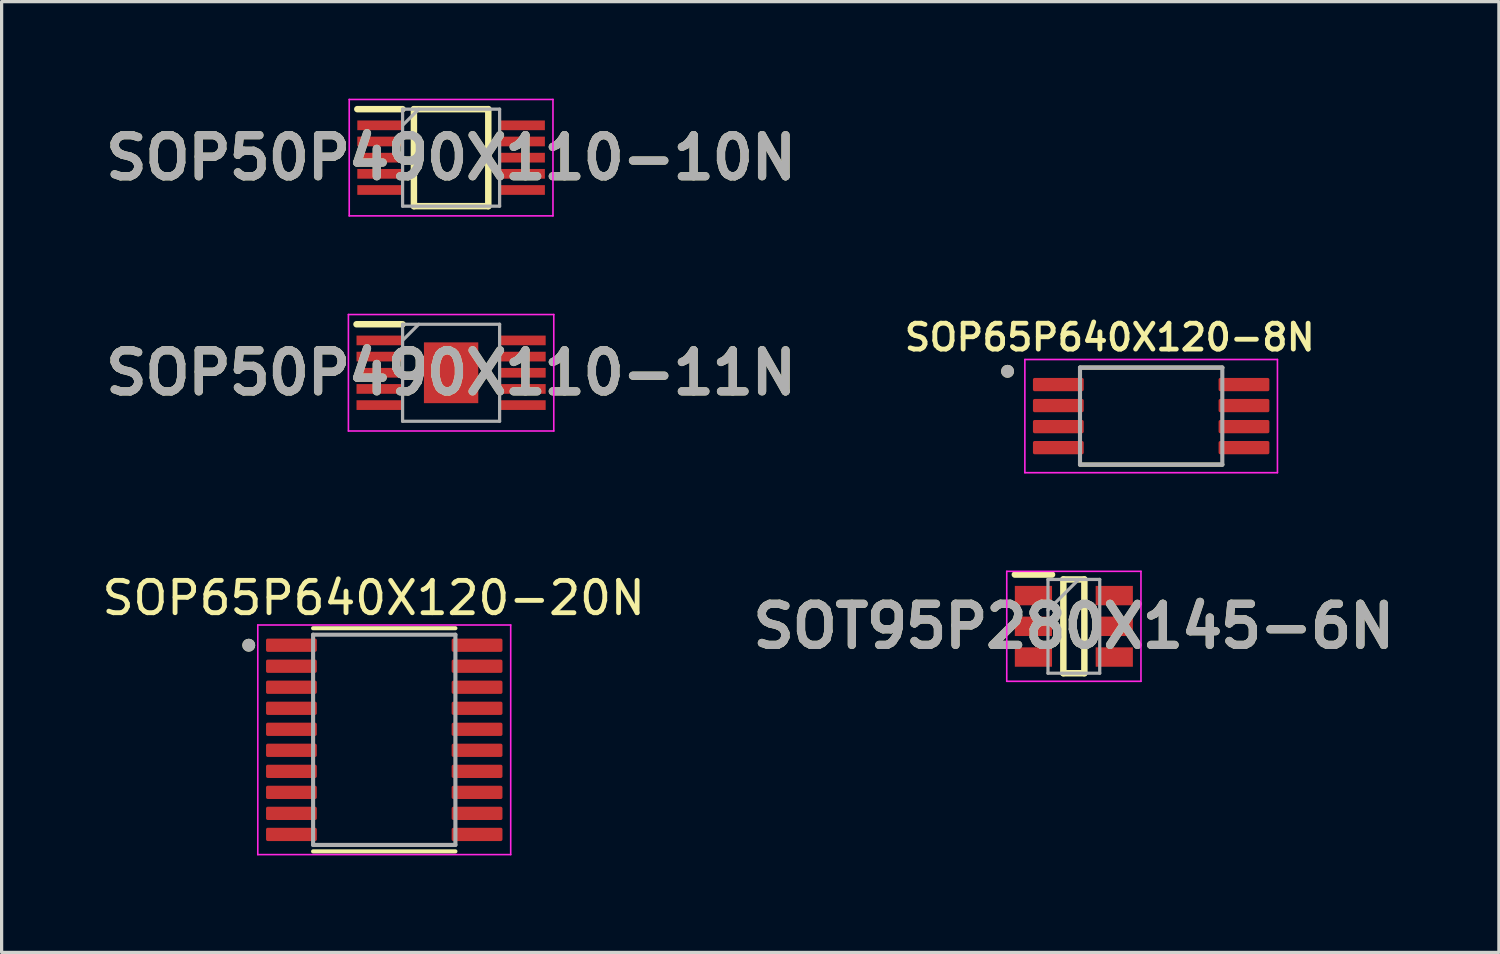
<source format=kicad_pcb>
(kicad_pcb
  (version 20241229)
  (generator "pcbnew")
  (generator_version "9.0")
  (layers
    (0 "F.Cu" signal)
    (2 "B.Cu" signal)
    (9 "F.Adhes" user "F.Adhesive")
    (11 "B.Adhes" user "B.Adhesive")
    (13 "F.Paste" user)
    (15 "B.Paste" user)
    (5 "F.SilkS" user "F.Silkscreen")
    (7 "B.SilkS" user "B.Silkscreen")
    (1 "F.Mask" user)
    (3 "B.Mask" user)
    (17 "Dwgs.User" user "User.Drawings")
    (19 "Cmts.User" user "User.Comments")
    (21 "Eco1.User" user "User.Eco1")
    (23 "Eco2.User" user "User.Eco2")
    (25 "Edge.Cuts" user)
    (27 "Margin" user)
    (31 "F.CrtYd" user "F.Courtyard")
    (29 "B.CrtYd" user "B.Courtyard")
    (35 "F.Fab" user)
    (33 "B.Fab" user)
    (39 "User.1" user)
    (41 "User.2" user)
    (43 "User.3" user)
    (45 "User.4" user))
  (footprint "SOP50P490X110-10N"
    (layer "F.Cu")
    (at 10.898 1.825)
    (property "Reference" "SOP50P490X110-10N" (at 0 0 0) (layer "F.SilkS") (effects (font (size 1.27 1.27) (thickness 0.254))))
    (attr smd)
    (fp_line (start -2.9 -1.5) (end -1.5 -1.5) (stroke (width 0.2) (type solid)) (layer "F.SilkS"))
    (fp_line (start -1.15 -1.5) (end 1.15 -1.5) (stroke (width 0.2) (type solid)) (layer "F.SilkS"))
    (fp_line (start -1.15 1.5) (end -1.15 -1.5) (stroke (width 0.2) (type solid)) (layer "F.SilkS"))
    (fp_line (start 1.15 -1.5) (end 1.15 1.5) (stroke (width 0.2) (type solid)) (layer "F.SilkS"))
    (fp_line (start 1.15 1.5) (end -1.15 1.5) (stroke (width 0.2) (type solid)) (layer "F.SilkS"))
    (fp_line (start -3.15 -1.8) (end 3.15 -1.8) (stroke (width 0.05) (type solid)) (layer "F.CrtYd"))
    (fp_line (start -3.15 1.8) (end -3.15 -1.8) (stroke (width 0.05) (type solid)) (layer "F.CrtYd"))
    (fp_line (start 3.15 -1.8) (end 3.15 1.8) (stroke (width 0.05) (type solid)) (layer "F.CrtYd"))
    (fp_line (start 3.15 1.8) (end -3.15 1.8) (stroke (width 0.05) (type solid)) (layer "F.CrtYd"))
    (fp_line (start -1.5 -1.5) (end 1.5 -1.5) (stroke (width 0.1) (type solid)) (layer "F.Fab"))
    (fp_line (start -1.5 -1) (end -1 -1.5) (stroke (width 0.1) (type solid)) (layer "F.Fab"))
    (fp_line (start -1.5 1.5) (end -1.5 -1.5) (stroke (width 0.1) (type solid)) (layer "F.Fab"))
    (fp_line (start 1.5 -1.5) (end 1.5 1.5) (stroke (width 0.1) (type solid)) (layer "F.Fab"))
    (fp_line (start 1.5 1.5) (end -1.5 1.5) (stroke (width 0.1) (type solid)) (layer "F.Fab"))
    (fp_text user "${REFERENCE}" (at 0 0 0) (layer "F.Fab") (effects (font (size 1.27 1.27) (thickness 0.254))))
    (pad "1" smd rect (at -2.2 -1 90) (size 0.3 1.4) (layers "F.Cu" "F.Mask" "F.Paste"))
    (pad "2" smd rect (at -2.2 -0.5 90) (size 0.3 1.4) (layers "F.Cu" "F.Mask" "F.Paste"))
    (pad "3" smd rect (at -2.2 0 90) (size 0.3 1.4) (layers "F.Cu" "F.Mask" "F.Paste"))
    (pad "4" smd rect (at -2.2 0.5 90) (size 0.3 1.4) (layers "F.Cu" "F.Mask" "F.Paste"))
    (pad "5" smd rect (at -2.2 1 90) (size 0.3 1.4) (layers "F.Cu" "F.Mask" "F.Paste"))
    (pad "6" smd rect (at 2.2 1 90) (size 0.3 1.4) (layers "F.Cu" "F.Mask" "F.Paste"))
    (pad "7" smd rect (at 2.2 0.5 90) (size 0.3 1.4) (layers "F.Cu" "F.Mask" "F.Paste"))
    (pad "8" smd rect (at 2.2 0 90) (size 0.3 1.4) (layers "F.Cu" "F.Mask" "F.Paste"))
    (pad "9" smd rect (at 2.2 -0.5 90) (size 0.3 1.4) (layers "F.Cu" "F.Mask" "F.Paste"))
    (pad "10" smd rect (at 2.2 -1 90) (size 0.3 1.4) (layers "F.Cu" "F.Mask" "F.Paste")))
  (footprint "SOT95P280X145-6N"
    (layer "F.Cu")
    (at 30.154 16.316)
    (property "Reference" "SOT95P280X145-6N" (at 0 0 0) (layer "F.SilkS") (effects (font (size 1.27 1.27) (thickness 0.254))))
    (attr smd)
    (fp_line (start -1.825 -1.6) (end -0.675 -1.6) (stroke (width 0.2) (type solid)) (layer "F.SilkS"))
    (fp_line (start -0.325 -1.45) (end 0.325 -1.45) (stroke (width 0.2) (type solid)) (layer "F.SilkS"))
    (fp_line (start -0.325 1.45) (end -0.325 -1.45) (stroke (width 0.2) (type solid)) (layer "F.SilkS"))
    (fp_line (start 0.325 -1.45) (end 0.325 1.45) (stroke (width 0.2) (type solid)) (layer "F.SilkS"))
    (fp_line (start 0.325 1.45) (end -0.325 1.45) (stroke (width 0.2) (type solid)) (layer "F.SilkS"))
    (fp_line (start -2.075 -1.7) (end 2.075 -1.7) (stroke (width 0.05) (type solid)) (layer "F.CrtYd"))
    (fp_line (start -2.075 1.7) (end -2.075 -1.7) (stroke (width 0.05) (type solid)) (layer "F.CrtYd"))
    (fp_line (start 2.075 -1.7) (end 2.075 1.7) (stroke (width 0.05) (type solid)) (layer "F.CrtYd"))
    (fp_line (start 2.075 1.7) (end -2.075 1.7) (stroke (width 0.05) (type solid)) (layer "F.CrtYd"))
    (fp_line (start -0.8 -1.45) (end 0.8 -1.45) (stroke (width 0.1) (type solid)) (layer "F.Fab"))
    (fp_line (start -0.8 -0.5) (end 0.15 -1.45) (stroke (width 0.1) (type solid)) (layer "F.Fab"))
    (fp_line (start -0.8 1.45) (end -0.8 -1.45) (stroke (width 0.1) (type solid)) (layer "F.Fab"))
    (fp_line (start 0.8 -1.45) (end 0.8 1.45) (stroke (width 0.1) (type solid)) (layer "F.Fab"))
    (fp_line (start 0.8 1.45) (end -0.8 1.45) (stroke (width 0.1) (type solid)) (layer "F.Fab"))
    (fp_text user "${REFERENCE}" (at 0 0 0) (layer "F.Fab") (effects (font (size 1.27 1.27) (thickness 0.254))))
    (pad "1" smd rect (at -1.25 -0.95 90) (size 0.6 1.15) (layers "F.Cu" "F.Mask" "F.Paste"))
    (pad "2" smd rect (at -1.25 0 90) (size 0.6 1.15) (layers "F.Cu" "F.Mask" "F.Paste"))
    (pad "3" smd rect (at -1.25 0.95 90) (size 0.6 1.15) (layers "F.Cu" "F.Mask" "F.Paste"))
    (pad "4" smd rect (at 1.25 0.95 90) (size 0.6 1.15) (layers "F.Cu" "F.Mask" "F.Paste"))
    (pad "5" smd rect (at 1.25 0 90) (size 0.6 1.15) (layers "F.Cu" "F.Mask" "F.Paste"))
    (pad "6" smd rect (at 1.25 -0.95 90) (size 0.6 1.15) (layers "F.Cu" "F.Mask" "F.Paste")))
  (footprint "SOP65P640X120-8N"
    (layer "F.Cu")
    (at 32.544 9.816)
    (property "Reference" "SOP65P640X120-8N" (at -1.28 -2.435 0) (layer "F.SilkS") (effects (font (size 0.8 0.8) (thickness 0.15))))
    (attr smd)
    (fp_line (start -2.2 -1.5) (end 2.2 -1.5) (stroke (width 0.127) (type solid)) (layer "F.SilkS"))
    (fp_line (start -2.2 1.5) (end 2.2 1.5) (stroke (width 0.127) (type solid)) (layer "F.SilkS"))
    (fp_circle (center -4.44 -1.385) (end -4.34 -1.385) (stroke (width 0.2) (type solid)) (fill no) (layer "F.SilkS"))
    (fp_line (start -3.905 -1.75) (end -3.905 1.75) (stroke (width 0.05) (type solid)) (layer "F.CrtYd"))
    (fp_line (start -3.905 -1.75) (end 3.905 -1.75) (stroke (width 0.05) (type solid)) (layer "F.CrtYd"))
    (fp_line (start -3.905 1.75) (end 3.905 1.75) (stroke (width 0.05) (type solid)) (layer "F.CrtYd"))
    (fp_line (start 3.905 -1.75) (end 3.905 1.75) (stroke (width 0.05) (type solid)) (layer "F.CrtYd"))
    (fp_line (start -2.2 -1.5) (end -2.2 1.5) (stroke (width 0.127) (type solid)) (layer "F.Fab"))
    (fp_line (start -2.2 -1.5) (end 2.2 -1.5) (stroke (width 0.127) (type solid)) (layer "F.Fab"))
    (fp_line (start -2.2 1.5) (end 2.2 1.5) (stroke (width 0.127) (type solid)) (layer "F.Fab"))
    (fp_line (start 2.2 -1.5) (end 2.2 1.5) (stroke (width 0.127) (type solid)) (layer "F.Fab"))
    (fp_circle (center -4.44 -1.385) (end -4.34 -1.385) (stroke (width 0.2) (type solid)) (fill no) (layer "F.Fab"))
    (pad "1" smd roundrect (at -2.87 -0.975) (size 1.57 0.41) (layers "F.Cu" "F.Mask" "F.Paste") (roundrect_rratio 0.125))
    (pad "2" smd roundrect (at -2.87 -0.325) (size 1.57 0.41) (layers "F.Cu" "F.Mask" "F.Paste") (roundrect_rratio 0.125))
    (pad "3" smd roundrect (at -2.87 0.325) (size 1.57 0.41) (layers "F.Cu" "F.Mask" "F.Paste") (roundrect_rratio 0.125))
    (pad "4" smd roundrect (at -2.87 0.975) (size 1.57 0.41) (layers "F.Cu" "F.Mask" "F.Paste") (roundrect_rratio 0.125))
    (pad "5" smd roundrect (at 2.87 0.975) (size 1.57 0.41) (layers "F.Cu" "F.Mask" "F.Paste") (roundrect_rratio 0.125))
    (pad "6" smd roundrect (at 2.87 0.325) (size 1.57 0.41) (layers "F.Cu" "F.Mask" "F.Paste") (roundrect_rratio 0.125))
    (pad "7" smd roundrect (at 2.87 -0.325) (size 1.57 0.41) (layers "F.Cu" "F.Mask" "F.Paste") (roundrect_rratio 0.125))
    (pad "8" smd roundrect (at 2.87 -0.975) (size 1.57 0.41) (layers "F.Cu" "F.Mask" "F.Paste") (roundrect_rratio 0.125)))
  (footprint "SOP50P490X110-11N"
    (layer "F.Cu")
    (at 10.898 8.476)
    (property "Reference" "SOP50P490X110-11N" (at 0 0 0) (layer "F.SilkS") (effects (font (size 1.27 1.27) (thickness 0.254))))
    (attr smd)
    (fp_line (start -2.925 -1.5) (end -1.5 -1.5) (stroke (width 0.2) (type solid)) (layer "F.SilkS"))
    (fp_line (start -3.175 -1.801) (end 3.175 -1.801) (stroke (width 0.05) (type solid)) (layer "F.CrtYd"))
    (fp_line (start -3.175 1.801) (end -3.175 -1.801) (stroke (width 0.05) (type solid)) (layer "F.CrtYd"))
    (fp_line (start 3.175 -1.801) (end 3.175 1.801) (stroke (width 0.05) (type solid)) (layer "F.CrtYd"))
    (fp_line (start 3.175 1.801) (end -3.175 1.801) (stroke (width 0.05) (type solid)) (layer "F.CrtYd"))
    (fp_line (start -1.5 -1.5) (end 1.5 -1.5) (stroke (width 0.1) (type solid)) (layer "F.Fab"))
    (fp_line (start -1.5 -1) (end -1 -1.5) (stroke (width 0.1) (type solid)) (layer "F.Fab"))
    (fp_line (start -1.5 1.5) (end -1.5 -1.5) (stroke (width 0.1) (type solid)) (layer "F.Fab"))
    (fp_line (start 1.5 -1.5) (end 1.5 1.5) (stroke (width 0.1) (type solid)) (layer "F.Fab"))
    (fp_line (start 1.5 1.5) (end -1.5 1.5) (stroke (width 0.1) (type solid)) (layer "F.Fab"))
    (fp_text user "${REFERENCE}" (at 0 0 0) (layer "F.Fab") (effects (font (size 1.27 1.27) (thickness 0.254))))
    (pad "1" smd rect (at -2.212 -1 90) (size 0.3 1.425) (layers "F.Cu" "F.Mask" "F.Paste"))
    (pad "2" smd rect (at -2.212 -0.5 90) (size 0.3 1.425) (layers "F.Cu" "F.Mask" "F.Paste"))
    (pad "3" smd rect (at -2.212 0 90) (size 0.3 1.425) (layers "F.Cu" "F.Mask" "F.Paste"))
    (pad "4" smd rect (at -2.212 0.5 90) (size 0.3 1.425) (layers "F.Cu" "F.Mask" "F.Paste"))
    (pad "5" smd rect (at -2.212 1 90) (size 0.3 1.425) (layers "F.Cu" "F.Mask" "F.Paste"))
    (pad "6" smd rect (at 2.212 1 90) (size 0.3 1.425) (layers "F.Cu" "F.Mask" "F.Paste"))
    (pad "7" smd rect (at 2.212 0.5 90) (size 0.3 1.425) (layers "F.Cu" "F.Mask" "F.Paste"))
    (pad "8" smd rect (at 2.212 0 90) (size 0.3 1.425) (layers "F.Cu" "F.Mask" "F.Paste"))
    (pad "9" smd rect (at 2.212 -0.5 90) (size 0.3 1.425) (layers "F.Cu" "F.Mask" "F.Paste"))
    (pad "10" smd rect (at 2.212 -1 90) (size 0.3 1.425) (layers "F.Cu" "F.Mask" "F.Paste"))
    (pad "11" smd rect (at 0 0) (size 1.68 1.88) (layers "F.Cu" "F.Mask" "F.Paste")))
  (footprint "SOP65P640X120-20N"
    (layer "F.Cu")
    (at 8.831 19.825)
    (property "Reference" "SOP65P640X120-20N" (at -0.325 -4.385 0) (layer "F.SilkS") (effects (font (size 1 1) (thickness 0.15))))
    (attr smd)
    (fp_line (start -2.2 -3.45) (end 2.2 -3.45) (stroke (width 0.127) (type solid)) (layer "F.SilkS"))
    (fp_line (start -2.2 3.45) (end 2.2 3.45) (stroke (width 0.127) (type solid)) (layer "F.SilkS"))
    (fp_circle (center -4.19 -2.925) (end -4.09 -2.925) (stroke (width 0.2) (type solid)) (fill no) (layer "F.SilkS"))
    (fp_line (start -3.91 -3.55) (end -3.91 3.55) (stroke (width 0.05) (type solid)) (layer "F.CrtYd"))
    (fp_line (start -3.91 -3.55) (end 3.91 -3.55) (stroke (width 0.05) (type solid)) (layer "F.CrtYd"))
    (fp_line (start -3.91 3.55) (end 3.91 3.55) (stroke (width 0.05) (type solid)) (layer "F.CrtYd"))
    (fp_line (start 3.91 -3.55) (end 3.91 3.55) (stroke (width 0.05) (type solid)) (layer "F.CrtYd"))
    (fp_line (start -2.2 -3.25) (end -2.2 3.25) (stroke (width 0.127) (type solid)) (layer "F.Fab"))
    (fp_line (start -2.2 -3.25) (end 2.2 -3.25) (stroke (width 0.127) (type solid)) (layer "F.Fab"))
    (fp_line (start -2.2 3.25) (end 2.2 3.25) (stroke (width 0.127) (type solid)) (layer "F.Fab"))
    (fp_line (start 2.2 -3.25) (end 2.2 3.25) (stroke (width 0.127) (type solid)) (layer "F.Fab"))
    (fp_circle (center -4.19 -2.925) (end -4.09 -2.925) (stroke (width 0.2) (type solid)) (fill no) (layer "F.Fab"))
    (pad "1" smd roundrect (at -2.87 -2.925) (size 1.57 0.41) (layers "F.Cu" "F.Mask" "F.Paste") (roundrect_rratio 0.125))
    (pad "2" smd roundrect (at -2.87 -2.275) (size 1.57 0.41) (layers "F.Cu" "F.Mask" "F.Paste") (roundrect_rratio 0.125))
    (pad "3" smd roundrect (at -2.87 -1.625) (size 1.57 0.41) (layers "F.Cu" "F.Mask" "F.Paste") (roundrect_rratio 0.125))
    (pad "4" smd roundrect (at -2.87 -0.975) (size 1.57 0.41) (layers "F.Cu" "F.Mask" "F.Paste") (roundrect_rratio 0.125))
    (pad "5" smd roundrect (at -2.87 -0.325) (size 1.57 0.41) (layers "F.Cu" "F.Mask" "F.Paste") (roundrect_rratio 0.125))
    (pad "6" smd roundrect (at -2.87 0.325) (size 1.57 0.41) (layers "F.Cu" "F.Mask" "F.Paste") (roundrect_rratio 0.125))
    (pad "7" smd roundrect (at -2.87 0.975) (size 1.57 0.41) (layers "F.Cu" "F.Mask" "F.Paste") (roundrect_rratio 0.125))
    (pad "8" smd roundrect (at -2.87 1.625) (size 1.57 0.41) (layers "F.Cu" "F.Mask" "F.Paste") (roundrect_rratio 0.125))
    (pad "9" smd roundrect (at -2.87 2.275) (size 1.57 0.41) (layers "F.Cu" "F.Mask" "F.Paste") (roundrect_rratio 0.125))
    (pad "10" smd roundrect (at -2.87 2.925) (size 1.57 0.41) (layers "F.Cu" "F.Mask" "F.Paste") (roundrect_rratio 0.125))
    (pad "11" smd roundrect (at 2.87 2.925) (size 1.57 0.41) (layers "F.Cu" "F.Mask" "F.Paste") (roundrect_rratio 0.125))
    (pad "12" smd roundrect (at 2.87 2.275) (size 1.57 0.41) (layers "F.Cu" "F.Mask" "F.Paste") (roundrect_rratio 0.125))
    (pad "13" smd roundrect (at 2.87 1.625) (size 1.57 0.41) (layers "F.Cu" "F.Mask" "F.Paste") (roundrect_rratio 0.125))
    (pad "14" smd roundrect (at 2.87 0.975) (size 1.57 0.41) (layers "F.Cu" "F.Mask" "F.Paste") (roundrect_rratio 0.125))
    (pad "15" smd roundrect (at 2.87 0.325) (size 1.57 0.41) (layers "F.Cu" "F.Mask" "F.Paste") (roundrect_rratio 0.125))
    (pad "16" smd roundrect (at 2.87 -0.325) (size 1.57 0.41) (layers "F.Cu" "F.Mask" "F.Paste") (roundrect_rratio 0.125))
    (pad "17" smd roundrect (at 2.87 -0.975) (size 1.57 0.41) (layers "F.Cu" "F.Mask" "F.Paste") (roundrect_rratio 0.125))
    (pad "18" smd roundrect (at 2.87 -1.625) (size 1.57 0.41) (layers "F.Cu" "F.Mask" "F.Paste") (roundrect_rratio 0.125))
    (pad "19" smd roundrect (at 2.87 -2.275) (size 1.57 0.41) (layers "F.Cu" "F.Mask" "F.Paste") (roundrect_rratio 0.125))
    (pad "20" smd roundrect (at 2.87 -2.925) (size 1.57 0.41) (layers "F.Cu" "F.Mask" "F.Paste") (roundrect_rratio 0.125)))
  (gr_rect
    (start -3 -3)
    (end 43.296 26.399)
    (stroke (width 0.1) (type default))
    (fill no)
    (layer "Edge.Cuts")))
</source>
